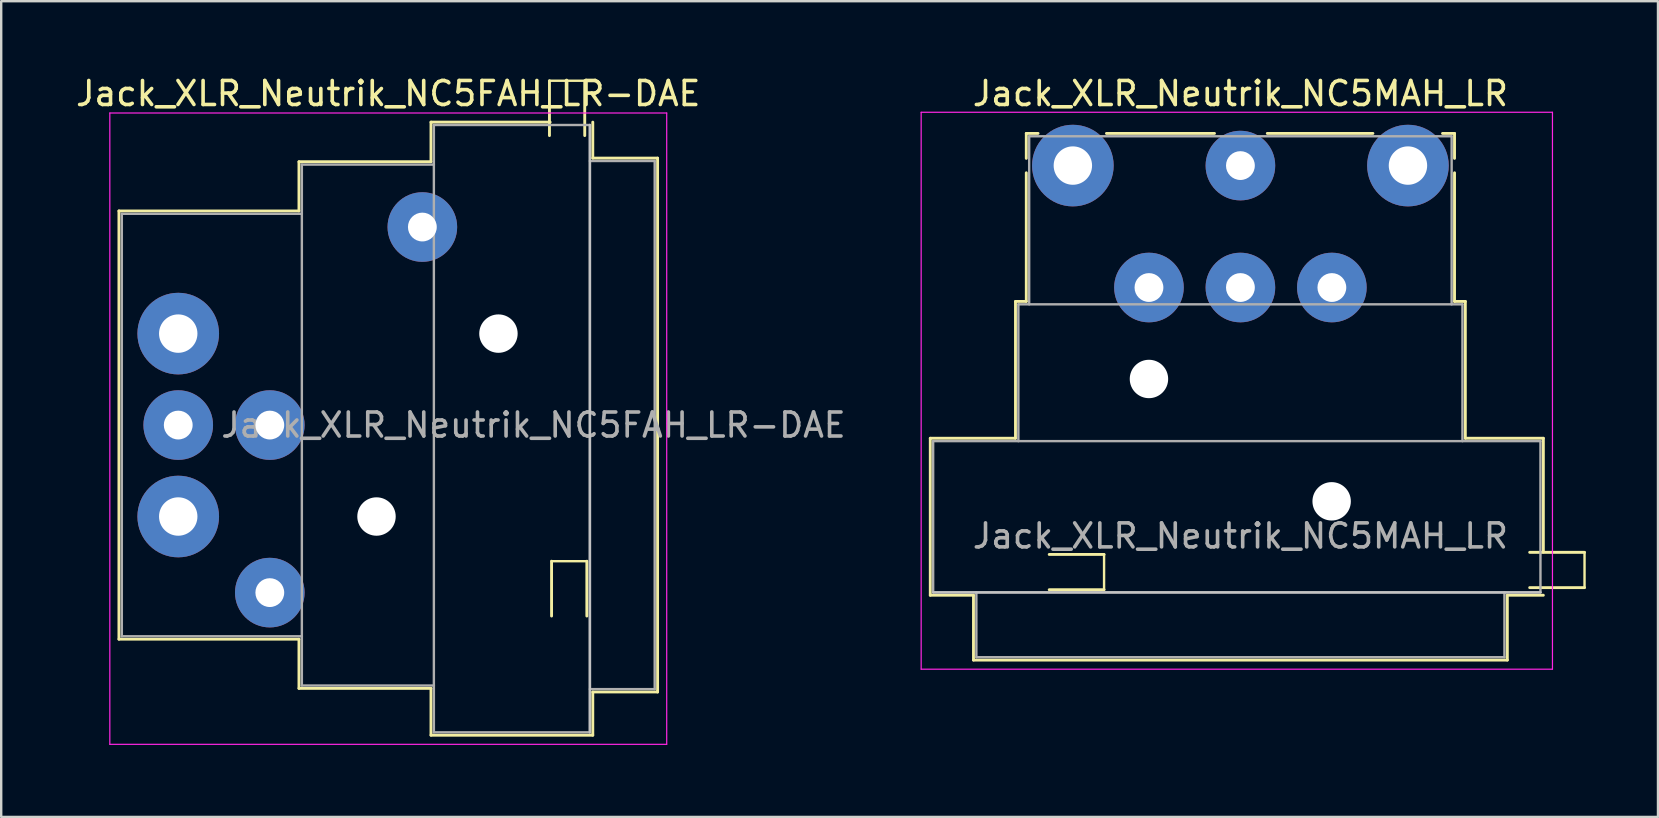
<source format=kicad_pcb>
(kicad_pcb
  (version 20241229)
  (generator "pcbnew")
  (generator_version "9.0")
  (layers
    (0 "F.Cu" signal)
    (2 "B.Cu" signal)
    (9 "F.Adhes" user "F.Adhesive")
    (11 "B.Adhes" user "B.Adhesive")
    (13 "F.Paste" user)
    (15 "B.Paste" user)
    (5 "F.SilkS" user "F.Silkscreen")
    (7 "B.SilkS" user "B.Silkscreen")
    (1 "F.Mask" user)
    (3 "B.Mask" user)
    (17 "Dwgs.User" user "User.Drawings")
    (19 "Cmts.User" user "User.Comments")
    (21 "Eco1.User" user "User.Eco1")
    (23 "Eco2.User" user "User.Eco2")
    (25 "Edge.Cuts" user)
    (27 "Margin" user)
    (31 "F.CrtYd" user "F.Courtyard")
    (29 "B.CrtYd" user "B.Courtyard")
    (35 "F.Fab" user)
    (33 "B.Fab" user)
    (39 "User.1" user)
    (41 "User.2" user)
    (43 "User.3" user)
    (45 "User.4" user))
  (footprint "Jack_XLR_Neutrik_NC5MAH_LR"
    (layer "F.Cu")
    (at 41.645 3.848)
    (property "Reference" "Jack_XLR_Neutrik_NC5MAH_LR" (at 6.98 -3 0) (layer "F.SilkS") (effects (font (size 1 1) (thickness 0.15))))
    (attr through_hole)
    (fp_line (start -5.94 11.36) (end -2.39 11.36) (stroke (width 0.12) (type solid)) (layer "F.SilkS"))
    (fp_line (start -5.94 17.9) (end -5.94 11.36) (stroke (width 0.12) (type solid)) (layer "F.SilkS"))
    (fp_line (start -4.14 17.9) (end -5.94 17.9) (stroke (width 0.12) (type solid)) (layer "F.SilkS"))
    (fp_line (start -4.14 17.9) (end -4.14 20.6) (stroke (width 0.12) (type solid)) (layer "F.SilkS"))
    (fp_line (start -2.39 11.36) (end -2.39 5.66) (stroke (width 0.12) (type solid)) (layer "F.SilkS"))
    (fp_line (start -1.94 -1.34) (end -1.94 -0.3) (stroke (width 0.12) (type solid)) (layer "F.SilkS"))
    (fp_line (start -1.94 -1.34) (end -1.45 -1.34) (stroke (width 0.12) (type solid)) (layer "F.SilkS"))
    (fp_line (start -1.94 5.66) (end -2.39 5.66) (stroke (width 0.12) (type solid)) (layer "F.SilkS"))
    (fp_line (start -1.94 5.66) (end -1.94 0.3) (stroke (width 0.12) (type solid)) (layer "F.SilkS"))
    (fp_line (start -0.985 17.67) (end 1.3 17.67) (stroke (width 0.12) (type solid)) (layer "F.SilkS"))
    (fp_line (start 1.3 16.2) (end -0.985 16.2) (stroke (width 0.12) (type solid)) (layer "F.SilkS"))
    (fp_line (start 1.3 17.67) (end 1.3 16.2) (stroke (width 0.1) (type default)) (layer "F.SilkS"))
    (fp_line (start 5.9 -1.34) (end 1.4 -1.34) (stroke (width 0.12) (type solid)) (layer "F.SilkS"))
    (fp_line (start 12.5 -1.34) (end 8.1 -1.34) (stroke (width 0.12) (type solid)) (layer "F.SilkS"))
    (fp_line (start 15.4 -1.34) (end 15.9 -1.34) (stroke (width 0.12) (type solid)) (layer "F.SilkS"))
    (fp_line (start 15.9 -1.34) (end 15.9 -0.3) (stroke (width 0.12) (type solid)) (layer "F.SilkS"))
    (fp_line (start 15.9 5.66) (end 15.9 0.3) (stroke (width 0.12) (type solid)) (layer "F.SilkS"))
    (fp_line (start 15.9 5.66) (end 16.35 5.66) (stroke (width 0.12) (type solid)) (layer "F.SilkS"))
    (fp_line (start 16.35 11.36) (end 16.35 5.66) (stroke (width 0.12) (type solid)) (layer "F.SilkS"))
    (fp_line (start 16.35 11.36) (end 19.6 11.36) (stroke (width 0.12) (type solid)) (layer "F.SilkS"))
    (fp_line (start 18.1 17.9) (end 18.1 20.6) (stroke (width 0.12) (type solid)) (layer "F.SilkS"))
    (fp_line (start 18.1 20.6) (end -4.14 20.6) (stroke (width 0.12) (type solid)) (layer "F.SilkS"))
    (fp_line (start 19.031 17.582) (end 21.316 17.582) (stroke (width 0.12) (type solid)) (layer "F.SilkS"))
    (fp_line (start 19.6 16.1) (end 19.6 11.36) (stroke (width 0.12) (type solid)) (layer "F.SilkS"))
    (fp_line (start 19.6 17.9) (end 18.1 17.9) (stroke (width 0.12) (type solid)) (layer "F.SilkS"))
    (fp_line (start 21.316 16.112) (end 19.031 16.112) (stroke (width 0.12) (type solid)) (layer "F.SilkS"))
    (fp_line (start 21.316 16.112) (end 21.316 17.582) (stroke (width 0.1) (type default)) (layer "F.SilkS"))
    (fp_line (start 19.48 17.78) (end -5.82 17.78) (stroke (width 0.1) (type solid)) (layer "Dwgs.User"))
    (fp_line (start -6.32 20.98) (end -6.32 -2.22) (stroke (width 0.05) (type solid)) (layer "F.CrtYd"))
    (fp_line (start 19.98 -2.22) (end -6.32 -2.22) (stroke (width 0.05) (type solid)) (layer "F.CrtYd"))
    (fp_line (start 19.98 20.98) (end -6.32 20.98) (stroke (width 0.05) (type solid)) (layer "F.CrtYd"))
    (fp_line (start 19.98 20.98) (end 19.98 -2.22) (stroke (width 0.05) (type solid)) (layer "F.CrtYd"))
    (fp_line (start -5.82 11.48) (end 19.48 11.48) (stroke (width 0.1) (type solid)) (layer "F.Fab"))
    (fp_line (start -5.82 17.78) (end -5.82 11.48) (stroke (width 0.1) (type solid)) (layer "F.Fab"))
    (fp_line (start -4.02 20.48) (end -4.02 17.78) (stroke (width 0.1) (type solid)) (layer "F.Fab"))
    (fp_line (start -2.27 5.78) (end -2.27 11.48) (stroke (width 0.1) (type solid)) (layer "F.Fab"))
    (fp_line (start -2.27 5.78) (end 16.23 5.78) (stroke (width 0.1) (type solid)) (layer "F.Fab"))
    (fp_line (start -1.82 5.78) (end -1.82 -1.22) (stroke (width 0.1) (type solid)) (layer "F.Fab"))
    (fp_line (start 15.78 -1.22) (end -1.82 -1.22) (stroke (width 0.1) (type solid)) (layer "F.Fab"))
    (fp_line (start 15.78 5.78) (end 15.78 -1.22) (stroke (width 0.1) (type solid)) (layer "F.Fab"))
    (fp_line (start 16.23 11.48) (end 16.23 5.78) (stroke (width 0.1) (type solid)) (layer "F.Fab"))
    (fp_line (start 17.98 17.78) (end 17.98 20.48) (stroke (width 0.1) (type solid)) (layer "F.Fab"))
    (fp_line (start 17.98 20.48) (end -4.02 20.48) (stroke (width 0.1) (type solid)) (layer "F.Fab"))
    (fp_line (start 19.48 11.48) (end 19.48 17.78) (stroke (width 0.1) (type solid)) (layer "F.Fab"))
    (fp_line (start 19.48 17.78) (end -5.82 17.78) (stroke (width 0.1) (type solid)) (layer "F.Fab"))
    (fp_text user "${REFERENCE}" (at 6.98 15.43 0) (layer "F.Fab") (effects (font (size 1 1) (thickness 0.15))))
    (pad "" np_thru_hole circle (at 3.17 8.89) (size 1.6 1.6) (drill 1.6) (layers "*.Cu" "*.Mask"))
    (pad "" np_thru_hole circle (at 10.781 13.987 270) (size 1.6 1.6) (drill 1.6) (layers "*.Cu" "*.Mask"))
    (pad "1" thru_hole circle (at 0 0) (size 3.4 3.4) (drill 1.6) (layers "*.Cu" "*.Mask"))
    (pad "2" thru_hole circle (at 3.17 5.08) (size 2.9 2.9) (drill 1.2) (layers "*.Cu" "*.Mask"))
    (pad "3" thru_hole circle (at 6.98 0) (size 2.9 2.9) (drill 1.2) (layers "*.Cu" "*.Mask"))
    (pad "4" thru_hole circle (at 10.79 5.08) (size 2.9 2.9) (drill 1.2) (layers "*.Cu" "*.Mask"))
    (pad "5" thru_hole circle (at 13.96 0) (size 3.4 3.4) (drill 1.6) (layers "*.Cu" "*.Mask"))
    (pad "G" thru_hole circle (at 6.98 5.08) (size 2.9 2.9) (drill 1.2) (layers "*.Cu" "*.Mask")))
  (footprint "Jack_XLR_Neutrik_NC5FAH_LR-DAE"
    (layer "F.Cu")
    (at 4.375 10.848)
    (property "Reference" "Jack_XLR_Neutrik_NC5FAH_LR-DAE" (at 8.75 -10 0) (layer "F.SilkS") (effects (font (size 1 1) (thickness 0.15))))
    (attr through_hole)
    (fp_line (start -2.47 -5.11) (end -2.47 12.73) (stroke (width 0.12) (type solid)) (layer "F.SilkS"))
    (fp_line (start 5.03 -5.11) (end -2.47 -5.11) (stroke (width 0.12) (type solid)) (layer "F.SilkS"))
    (fp_line (start 5.03 -5.11) (end 5.03 -7.16) (stroke (width 0.12) (type solid)) (layer "F.SilkS"))
    (fp_line (start 5.03 12.73) (end -2.47 12.73) (stroke (width 0.12) (type solid)) (layer "F.SilkS"))
    (fp_line (start 5.03 12.73) (end 5.03 14.78) (stroke (width 0.12) (type solid)) (layer "F.SilkS"))
    (fp_line (start 10.53 -7.16) (end 5.03 -7.16) (stroke (width 0.12) (type solid)) (layer "F.SilkS"))
    (fp_line (start 10.53 -7.16) (end 10.53 -8.81) (stroke (width 0.12) (type solid)) (layer "F.SilkS"))
    (fp_line (start 10.53 14.78) (end 5.03 14.78) (stroke (width 0.12) (type solid)) (layer "F.SilkS"))
    (fp_line (start 10.53 16.73) (end 10.53 14.78) (stroke (width 0.12) (type solid)) (layer "F.SilkS"))
    (fp_line (start 15.465 -10.535) (end 15.465 -8.25) (stroke (width 0.12) (type solid)) (layer "F.SilkS"))
    (fp_line (start 15.465 -10.535) (end 16.935 -10.535) (stroke (width 0.1) (type default)) (layer "F.SilkS"))
    (fp_line (start 15.494 -8.81) (end 10.53 -8.81) (stroke (width 0.12) (type solid)) (layer "F.SilkS"))
    (fp_line (start 15.553 9.481) (end 15.553 11.766) (stroke (width 0.12) (type solid)) (layer "F.SilkS"))
    (fp_line (start 16.935 -8.25) (end 16.935 -10.535) (stroke (width 0.12) (type solid)) (layer "F.SilkS"))
    (fp_line (start 17.023 9.481) (end 15.553 9.481) (stroke (width 0.1) (type default)) (layer "F.SilkS"))
    (fp_line (start 17.023 11.766) (end 17.023 9.481) (stroke (width 0.12) (type solid)) (layer "F.SilkS"))
    (fp_line (start 17.27 -8.81) (end 17.27 -7.31) (stroke (width 0.12) (type solid)) (layer "F.SilkS"))
    (fp_line (start 17.27 -7.31) (end 19.97 -7.31) (stroke (width 0.12) (type solid)) (layer "F.SilkS"))
    (fp_line (start 17.27 14.93) (end 17.27 16.73) (stroke (width 0.12) (type solid)) (layer "F.SilkS"))
    (fp_line (start 17.27 14.93) (end 19.97 14.93) (stroke (width 0.12) (type solid)) (layer "F.SilkS"))
    (fp_line (start 17.27 16.73) (end 10.53 16.73) (stroke (width 0.12) (type solid)) (layer "F.SilkS"))
    (fp_line (start 19.97 -7.31) (end 19.97 14.93) (stroke (width 0.12) (type solid)) (layer "F.SilkS"))
    (fp_line (start 17.15 -8.69) (end 17.15 16.61) (stroke (width 0.1) (type solid)) (layer "Dwgs.User"))
    (fp_line (start -2.85 -9.19) (end -2.85 17.11) (stroke (width 0.05) (type solid)) (layer "F.CrtYd"))
    (fp_line (start 20.35 -9.19) (end -2.85 -9.19) (stroke (width 0.05) (type solid)) (layer "F.CrtYd"))
    (fp_line (start 20.35 -9.19) (end 20.35 17.11) (stroke (width 0.05) (type solid)) (layer "F.CrtYd"))
    (fp_line (start 20.35 17.11) (end -2.85 17.11) (stroke (width 0.05) (type solid)) (layer "F.CrtYd"))
    (fp_line (start -2.35 -4.99) (end -2.35 12.61) (stroke (width 0.1) (type solid)) (layer "F.Fab"))
    (fp_line (start 5.15 -4.99) (end -2.35 -4.99) (stroke (width 0.1) (type solid)) (layer "F.Fab"))
    (fp_line (start 5.15 12.61) (end -2.35 12.61) (stroke (width 0.1) (type solid)) (layer "F.Fab"))
    (fp_line (start 5.15 14.66) (end 5.15 -7.04) (stroke (width 0.1) (type solid)) (layer "F.Fab"))
    (fp_line (start 5.15 14.66) (end 10.65 14.66) (stroke (width 0.1) (type solid)) (layer "F.Fab"))
    (fp_line (start 10.65 -8.69) (end 17.15 -8.69) (stroke (width 0.1) (type solid)) (layer "F.Fab"))
    (fp_line (start 10.65 -7.04) (end 5.15 -7.04) (stroke (width 0.1) (type solid)) (layer "F.Fab"))
    (fp_line (start 10.65 16.61) (end 10.65 -8.69) (stroke (width 0.1) (type solid)) (layer "F.Fab"))
    (fp_line (start 17.15 -8.69) (end 17.15 16.61) (stroke (width 0.1) (type solid)) (layer "F.Fab"))
    (fp_line (start 17.15 -7.19) (end 19.85 -7.19) (stroke (width 0.1) (type solid)) (layer "F.Fab"))
    (fp_line (start 17.15 16.61) (end 10.65 16.61) (stroke (width 0.1) (type solid)) (layer "F.Fab"))
    (fp_line (start 19.85 -7.19) (end 19.85 14.81) (stroke (width 0.1) (type solid)) (layer "F.Fab"))
    (fp_line (start 19.85 14.81) (end 17.15 14.81) (stroke (width 0.1) (type solid)) (layer "F.Fab"))
    (fp_text user "${REFERENCE}" (at 14.8 3.81 0) (layer "F.Fab") (effects (font (size 1 1) (thickness 0.15))))
    (pad "" np_thru_hole circle (at 8.26 7.62) (size 1.6 1.6) (drill 1.6) (layers "*.Cu" "*.Mask"))
    (pad "" np_thru_hole circle (at 13.34 0) (size 1.6 1.6) (drill 1.6) (layers "*.Cu" "*.Mask"))
    (pad "1" thru_hole circle (at 0 0) (size 3.4 3.4) (drill 1.6) (layers "*.Cu" "*.Mask"))
    (pad "2" thru_hole circle (at 3.815 3.81) (size 2.9 2.9) (drill 1.2) (layers "*.Cu" "*.Mask"))
    (pad "3" thru_hole circle (at 0 3.81) (size 2.9 2.9) (drill 1.2) (layers "*.Cu" "*.Mask"))
    (pad "4" thru_hole circle (at 3.815 10.79) (size 2.9 2.9) (drill 1.2) (layers "*.Cu" "*.Mask"))
    (pad "5" thru_hole circle (at 0 7.62) (size 3.4 3.4) (drill 1.6) (layers "*.Cu" "*.Mask"))
    (pad "G" thru_hole circle (at 10.17 -4.44) (size 2.9 2.9) (drill 1.2) (layers "*.Cu" "*.Mask")))
  (gr_rect
    (start -3 -3)
    (end 66.021 30.983)
    (stroke (width 0.1) (type default))
    (fill no)
    (layer "Edge.Cuts")))
</source>
